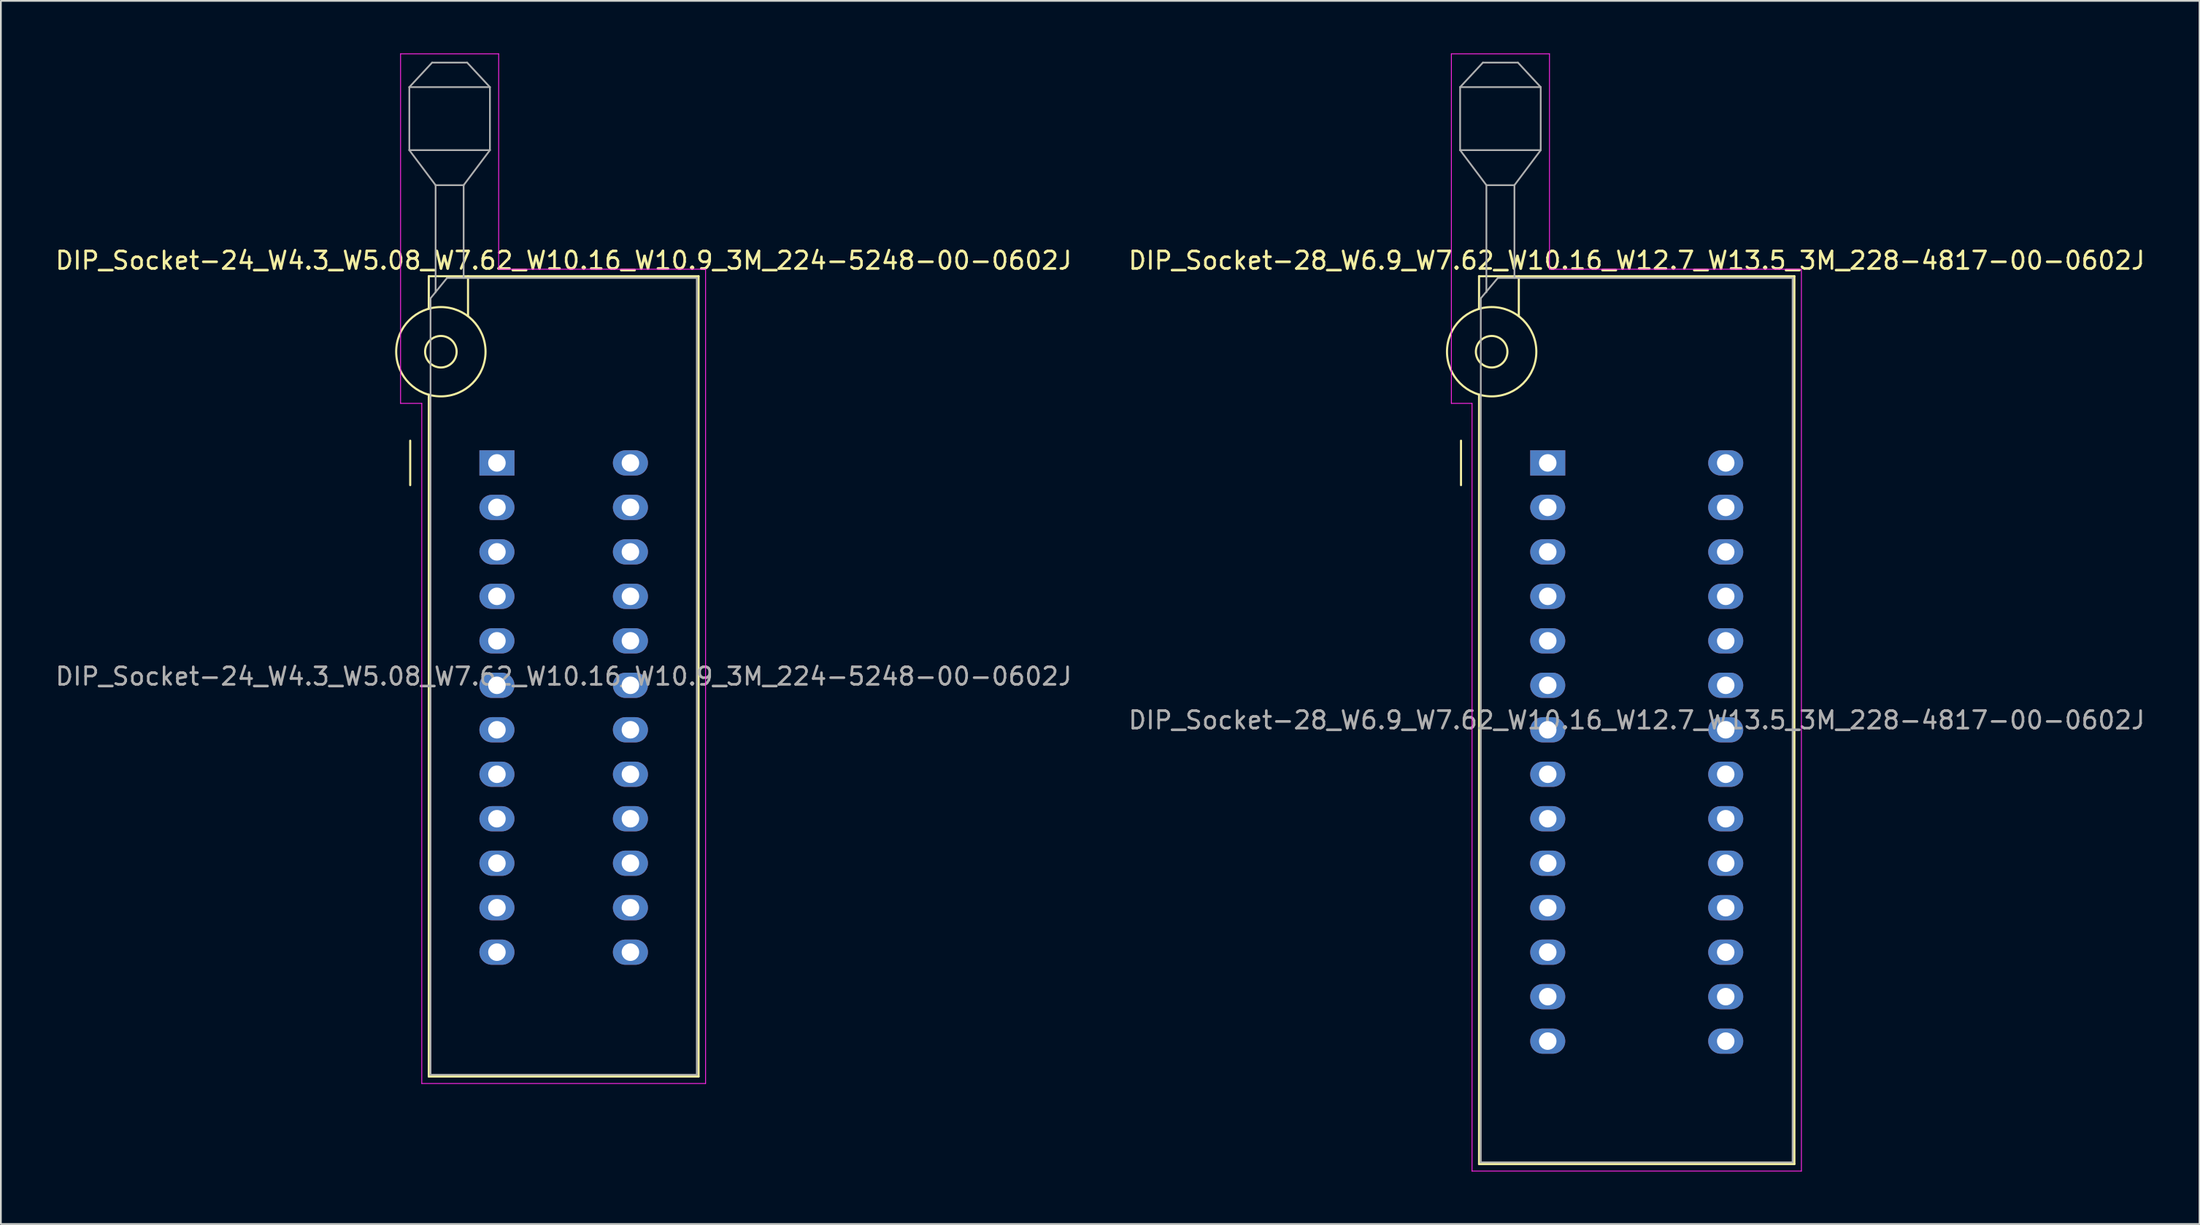
<source format=kicad_pcb>
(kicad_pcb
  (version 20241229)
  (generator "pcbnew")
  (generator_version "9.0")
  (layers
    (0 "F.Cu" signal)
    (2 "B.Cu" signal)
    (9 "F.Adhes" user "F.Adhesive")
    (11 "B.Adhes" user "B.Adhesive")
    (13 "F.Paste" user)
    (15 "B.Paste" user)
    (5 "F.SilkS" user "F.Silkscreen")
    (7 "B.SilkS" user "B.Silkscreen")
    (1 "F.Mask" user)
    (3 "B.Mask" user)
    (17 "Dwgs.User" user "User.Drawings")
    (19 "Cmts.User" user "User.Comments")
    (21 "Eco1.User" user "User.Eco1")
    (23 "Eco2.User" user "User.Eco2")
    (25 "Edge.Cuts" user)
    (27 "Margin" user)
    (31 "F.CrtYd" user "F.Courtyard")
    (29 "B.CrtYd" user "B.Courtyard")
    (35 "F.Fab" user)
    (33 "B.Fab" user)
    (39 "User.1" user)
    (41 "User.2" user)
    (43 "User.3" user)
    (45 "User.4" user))
  (footprint "DIP_Socket-24_W4.3_W5.08_W7.62_W10.16_W10.9_3M_224-5248-00-0602J"
    (layer "F.Cu")
    (at 25.315 23.385)
    (property "Reference" "DIP_Socket-24_W4.3_W5.08_W7.62_W10.16_W10.9_3M_224-5248-00-0602J" (at 3.81 -11.56 0) (layer "F.SilkS") (effects (font (size 1 1) (thickness 0.15))))
    (attr through_hole)
    (fp_line (start -4.95 1.27) (end -4.95 -1.27) (stroke (width 0.12) (type solid)) (layer "F.SilkS"))
    (fp_line (start -3.89 -10.66) (end -3.89 -8.8) (stroke (width 0.12) (type solid)) (layer "F.SilkS"))
    (fp_line (start -3.89 -3.9) (end -3.89 35.04) (stroke (width 0.12) (type solid)) (layer "F.SilkS"))
    (fp_line (start -3.89 35.04) (end 11.51 35.04) (stroke (width 0.12) (type solid)) (layer "F.SilkS"))
    (fp_line (start -1.65 -10.66) (end -1.65 -8.4) (stroke (width 0.12) (type solid)) (layer "F.SilkS"))
    (fp_line (start 11.51 -10.66) (end -3.89 -10.66) (stroke (width 0.12) (type solid)) (layer "F.SilkS"))
    (fp_line (start 11.51 35.04) (end 11.51 -10.66) (stroke (width 0.12) (type solid)) (layer "F.SilkS"))
    (fp_circle (center -3.2 -6.35) (end -2.3 -6.35) (stroke (width 0.12) (type solid)) (fill no) (layer "F.SilkS"))
    (fp_circle (center -3.2 -6.35) (end -0.65 -6.35) (stroke (width 0.12) (type solid)) (fill no) (layer "F.SilkS"))
    (fp_line (start -5.5 -23.36) (end 0.1 -23.36) (stroke (width 0.05) (type solid)) (layer "F.CrtYd"))
    (fp_line (start -5.5 -3.4) (end -5.5 -23.36) (stroke (width 0.05) (type solid)) (layer "F.CrtYd"))
    (fp_line (start -4.29 -3.4) (end -5.5 -3.4) (stroke (width 0.05) (type solid)) (layer "F.CrtYd"))
    (fp_line (start -4.29 35.44) (end -4.29 -3.4) (stroke (width 0.05) (type solid)) (layer "F.CrtYd"))
    (fp_line (start 0.1 -23.36) (end 0.1 -11.06) (stroke (width 0.05) (type solid)) (layer "F.CrtYd"))
    (fp_line (start 0.1 -11.06) (end 11.91 -11.06) (stroke (width 0.05) (type solid)) (layer "F.CrtYd"))
    (fp_line (start 11.91 -11.06) (end 11.91 35.44) (stroke (width 0.05) (type solid)) (layer "F.CrtYd"))
    (fp_line (start 11.91 35.44) (end -4.29 35.44) (stroke (width 0.05) (type solid)) (layer "F.CrtYd"))
    (fp_line (start -5 -21.46) (end -5 -17.86) (stroke (width 0.1) (type solid)) (layer "F.Fab"))
    (fp_line (start -5 -21.46) (end -3.7 -22.86) (stroke (width 0.1) (type solid)) (layer "F.Fab"))
    (fp_line (start -5 -17.86) (end -3.5 -15.86) (stroke (width 0.1) (type solid)) (layer "F.Fab"))
    (fp_line (start -5 -17.86) (end -0.4 -17.86) (stroke (width 0.1) (type solid)) (layer "F.Fab"))
    (fp_line (start -3.79 -9.4) (end -2.85 -10.56) (stroke (width 0.1) (type solid)) (layer "F.Fab"))
    (fp_line (start -3.79 34.94) (end -3.79 -9.4) (stroke (width 0.1) (type solid)) (layer "F.Fab"))
    (fp_line (start -3.7 -22.86) (end -1.7 -22.86) (stroke (width 0.1) (type solid)) (layer "F.Fab"))
    (fp_line (start -3.5 -15.86) (end -1.9 -15.86) (stroke (width 0.1) (type solid)) (layer "F.Fab"))
    (fp_line (start -3.5 -9.75) (end -3.5 -15.86) (stroke (width 0.1) (type solid)) (layer "F.Fab"))
    (fp_line (start -2.85 -10.56) (end 11.41 -10.56) (stroke (width 0.1) (type solid)) (layer "F.Fab"))
    (fp_line (start -1.9 -15.86) (end -1.9 -10.56) (stroke (width 0.1) (type solid)) (layer "F.Fab"))
    (fp_line (start -1.7 -22.86) (end -0.4 -21.46) (stroke (width 0.1) (type solid)) (layer "F.Fab"))
    (fp_line (start -0.4 -21.46) (end -5 -21.46) (stroke (width 0.1) (type solid)) (layer "F.Fab"))
    (fp_line (start -0.4 -17.86) (end -1.9 -15.86) (stroke (width 0.1) (type solid)) (layer "F.Fab"))
    (fp_line (start -0.4 -17.86) (end -0.4 -21.46) (stroke (width 0.1) (type solid)) (layer "F.Fab"))
    (fp_line (start 11.41 -10.56) (end 11.41 34.94) (stroke (width 0.1) (type solid)) (layer "F.Fab"))
    (fp_line (start 11.41 34.94) (end -3.79 34.94) (stroke (width 0.1) (type solid)) (layer "F.Fab"))
    (fp_text user "${REFERENCE}" (at 3.81 12.19 0) (layer "F.Fab") (effects (font (size 1 1) (thickness 0.15))))
    (pad "1" thru_hole rect (at 0 0) (size 2 1.44) (drill 1) (layers "*.Cu" "*.Mask"))
    (pad "2" thru_hole oval (at 0 2.54) (size 2 1.44) (drill 1) (layers "*.Cu" "*.Mask"))
    (pad "3" thru_hole oval (at 0 5.08) (size 2 1.44) (drill 1) (layers "*.Cu" "*.Mask"))
    (pad "4" thru_hole oval (at 0 7.62) (size 2 1.44) (drill 1) (layers "*.Cu" "*.Mask"))
    (pad "5" thru_hole oval (at 0 10.16) (size 2 1.44) (drill 1) (layers "*.Cu" "*.Mask"))
    (pad "6" thru_hole oval (at 0 12.7) (size 2 1.44) (drill 1) (layers "*.Cu" "*.Mask"))
    (pad "7" thru_hole oval (at 0 15.24) (size 2 1.44) (drill 1) (layers "*.Cu" "*.Mask"))
    (pad "8" thru_hole oval (at 0 17.78) (size 2 1.44) (drill 1) (layers "*.Cu" "*.Mask"))
    (pad "9" thru_hole oval (at 0 20.32) (size 2 1.44) (drill 1) (layers "*.Cu" "*.Mask"))
    (pad "10" thru_hole oval (at 0 22.86) (size 2 1.44) (drill 1) (layers "*.Cu" "*.Mask"))
    (pad "11" thru_hole oval (at 0 25.4) (size 2 1.44) (drill 1) (layers "*.Cu" "*.Mask"))
    (pad "12" thru_hole oval (at 0 27.94) (size 2 1.44) (drill 1) (layers "*.Cu" "*.Mask"))
    (pad "13" thru_hole oval (at 7.62 27.94) (size 2 1.44) (drill 1) (layers "*.Cu" "*.Mask"))
    (pad "14" thru_hole oval (at 7.62 25.4) (size 2 1.44) (drill 1) (layers "*.Cu" "*.Mask"))
    (pad "15" thru_hole oval (at 7.62 22.86) (size 2 1.44) (drill 1) (layers "*.Cu" "*.Mask"))
    (pad "16" thru_hole oval (at 7.62 20.32) (size 2 1.44) (drill 1) (layers "*.Cu" "*.Mask"))
    (pad "17" thru_hole oval (at 7.62 17.78) (size 2 1.44) (drill 1) (layers "*.Cu" "*.Mask"))
    (pad "18" thru_hole oval (at 7.62 15.24) (size 2 1.44) (drill 1) (layers "*.Cu" "*.Mask"))
    (pad "19" thru_hole oval (at 7.62 12.7) (size 2 1.44) (drill 1) (layers "*.Cu" "*.Mask"))
    (pad "20" thru_hole oval (at 7.62 10.16) (size 2 1.44) (drill 1) (layers "*.Cu" "*.Mask"))
    (pad "21" thru_hole oval (at 7.62 7.62) (size 2 1.44) (drill 1) (layers "*.Cu" "*.Mask"))
    (pad "22" thru_hole oval (at 7.62 5.08) (size 2 1.44) (drill 1) (layers "*.Cu" "*.Mask"))
    (pad "23" thru_hole oval (at 7.62 2.54) (size 2 1.44) (drill 1) (layers "*.Cu" "*.Mask"))
    (pad "24" thru_hole oval (at 7.62 0) (size 2 1.44) (drill 1) (layers "*.Cu" "*.Mask")))
  (footprint "DIP_Socket-28_W6.9_W7.62_W10.16_W12.7_W13.5_3M_228-4817-00-0602J"
    (layer "F.Cu")
    (at 85.295 23.385)
    (property "Reference" "DIP_Socket-28_W6.9_W7.62_W10.16_W12.7_W13.5_3M_228-4817-00-0602J" (at 5.08 -11.56 0) (layer "F.SilkS") (effects (font (size 1 1) (thickness 0.15))))
    (attr through_hole)
    (fp_line (start -4.95 1.27) (end -4.95 -1.27) (stroke (width 0.12) (type solid)) (layer "F.SilkS"))
    (fp_line (start -3.92 -10.66) (end -3.92 -8.8) (stroke (width 0.12) (type solid)) (layer "F.SilkS"))
    (fp_line (start -3.92 -3.9) (end -3.92 40.04) (stroke (width 0.12) (type solid)) (layer "F.SilkS"))
    (fp_line (start -3.92 40.04) (end 14.08 40.04) (stroke (width 0.12) (type solid)) (layer "F.SilkS"))
    (fp_line (start -1.65 -10.66) (end -1.65 -8.4) (stroke (width 0.12) (type solid)) (layer "F.SilkS"))
    (fp_line (start 14.08 -10.66) (end -3.92 -10.66) (stroke (width 0.12) (type solid)) (layer "F.SilkS"))
    (fp_line (start 14.08 40.04) (end 14.08 -10.66) (stroke (width 0.12) (type solid)) (layer "F.SilkS"))
    (fp_circle (center -3.2 -6.35) (end -2.3 -6.35) (stroke (width 0.12) (type solid)) (fill no) (layer "F.SilkS"))
    (fp_circle (center -3.2 -6.35) (end -0.65 -6.35) (stroke (width 0.12) (type solid)) (fill no) (layer "F.SilkS"))
    (fp_line (start -5.5 -23.36) (end 0.1 -23.36) (stroke (width 0.05) (type solid)) (layer "F.CrtYd"))
    (fp_line (start -5.5 -3.4) (end -5.5 -23.36) (stroke (width 0.05) (type solid)) (layer "F.CrtYd"))
    (fp_line (start -4.32 -3.4) (end -5.5 -3.4) (stroke (width 0.05) (type solid)) (layer "F.CrtYd"))
    (fp_line (start -4.32 40.44) (end -4.32 -3.4) (stroke (width 0.05) (type solid)) (layer "F.CrtYd"))
    (fp_line (start 0.1 -23.36) (end 0.1 -11.06) (stroke (width 0.05) (type solid)) (layer "F.CrtYd"))
    (fp_line (start 0.1 -11.06) (end 14.48 -11.06) (stroke (width 0.05) (type solid)) (layer "F.CrtYd"))
    (fp_line (start 14.48 -11.06) (end 14.48 40.44) (stroke (width 0.05) (type solid)) (layer "F.CrtYd"))
    (fp_line (start 14.48 40.44) (end -4.32 40.44) (stroke (width 0.05) (type solid)) (layer "F.CrtYd"))
    (fp_line (start -5 -21.46) (end -5 -17.86) (stroke (width 0.1) (type solid)) (layer "F.Fab"))
    (fp_line (start -5 -21.46) (end -3.7 -22.86) (stroke (width 0.1) (type solid)) (layer "F.Fab"))
    (fp_line (start -5 -17.86) (end -3.5 -15.86) (stroke (width 0.1) (type solid)) (layer "F.Fab"))
    (fp_line (start -5 -17.86) (end -0.4 -17.86) (stroke (width 0.1) (type solid)) (layer "F.Fab"))
    (fp_line (start -3.82 -9.4) (end -2.85 -10.56) (stroke (width 0.1) (type solid)) (layer "F.Fab"))
    (fp_line (start -3.82 39.94) (end -3.82 -9.4) (stroke (width 0.1) (type solid)) (layer "F.Fab"))
    (fp_line (start -3.7 -22.86) (end -1.7 -22.86) (stroke (width 0.1) (type solid)) (layer "F.Fab"))
    (fp_line (start -3.5 -15.86) (end -1.9 -15.86) (stroke (width 0.1) (type solid)) (layer "F.Fab"))
    (fp_line (start -3.5 -9.75) (end -3.5 -15.86) (stroke (width 0.1) (type solid)) (layer "F.Fab"))
    (fp_line (start -2.85 -10.56) (end 13.98 -10.56) (stroke (width 0.1) (type solid)) (layer "F.Fab"))
    (fp_line (start -1.9 -15.86) (end -1.9 -10.56) (stroke (width 0.1) (type solid)) (layer "F.Fab"))
    (fp_line (start -1.7 -22.86) (end -0.4 -21.46) (stroke (width 0.1) (type solid)) (layer "F.Fab"))
    (fp_line (start -0.4 -21.46) (end -5 -21.46) (stroke (width 0.1) (type solid)) (layer "F.Fab"))
    (fp_line (start -0.4 -17.86) (end -1.9 -15.86) (stroke (width 0.1) (type solid)) (layer "F.Fab"))
    (fp_line (start -0.4 -17.86) (end -0.4 -21.46) (stroke (width 0.1) (type solid)) (layer "F.Fab"))
    (fp_line (start 13.98 -10.56) (end 13.98 39.94) (stroke (width 0.1) (type solid)) (layer "F.Fab"))
    (fp_line (start 13.98 39.94) (end -3.82 39.94) (stroke (width 0.1) (type solid)) (layer "F.Fab"))
    (fp_text user "${REFERENCE}" (at 5.08 14.69 0) (layer "F.Fab") (effects (font (size 1 1) (thickness 0.15))))
    (pad "1" thru_hole rect (at 0 0) (size 2 1.44) (drill 1) (layers "*.Cu" "*.Mask"))
    (pad "2" thru_hole oval (at 0 2.54) (size 2 1.44) (drill 1) (layers "*.Cu" "*.Mask"))
    (pad "3" thru_hole oval (at 0 5.08) (size 2 1.44) (drill 1) (layers "*.Cu" "*.Mask"))
    (pad "4" thru_hole oval (at 0 7.62) (size 2 1.44) (drill 1) (layers "*.Cu" "*.Mask"))
    (pad "5" thru_hole oval (at 0 10.16) (size 2 1.44) (drill 1) (layers "*.Cu" "*.Mask"))
    (pad "6" thru_hole oval (at 0 12.7) (size 2 1.44) (drill 1) (layers "*.Cu" "*.Mask"))
    (pad "7" thru_hole oval (at 0 15.24) (size 2 1.44) (drill 1) (layers "*.Cu" "*.Mask"))
    (pad "8" thru_hole oval (at 0 17.78) (size 2 1.44) (drill 1) (layers "*.Cu" "*.Mask"))
    (pad "9" thru_hole oval (at 0 20.32) (size 2 1.44) (drill 1) (layers "*.Cu" "*.Mask"))
    (pad "10" thru_hole oval (at 0 22.86) (size 2 1.44) (drill 1) (layers "*.Cu" "*.Mask"))
    (pad "11" thru_hole oval (at 0 25.4) (size 2 1.44) (drill 1) (layers "*.Cu" "*.Mask"))
    (pad "12" thru_hole oval (at 0 27.94) (size 2 1.44) (drill 1) (layers "*.Cu" "*.Mask"))
    (pad "13" thru_hole oval (at 0 30.48) (size 2 1.44) (drill 1) (layers "*.Cu" "*.Mask"))
    (pad "14" thru_hole oval (at 0 33.02) (size 2 1.44) (drill 1) (layers "*.Cu" "*.Mask"))
    (pad "15" thru_hole oval (at 10.16 33.02) (size 2 1.44) (drill 1) (layers "*.Cu" "*.Mask"))
    (pad "16" thru_hole oval (at 10.16 30.48) (size 2 1.44) (drill 1) (layers "*.Cu" "*.Mask"))
    (pad "17" thru_hole oval (at 10.16 27.94) (size 2 1.44) (drill 1) (layers "*.Cu" "*.Mask"))
    (pad "18" thru_hole oval (at 10.16 25.4) (size 2 1.44) (drill 1) (layers "*.Cu" "*.Mask"))
    (pad "19" thru_hole oval (at 10.16 22.86) (size 2 1.44) (drill 1) (layers "*.Cu" "*.Mask"))
    (pad "20" thru_hole oval (at 10.16 20.32) (size 2 1.44) (drill 1) (layers "*.Cu" "*.Mask"))
    (pad "21" thru_hole oval (at 10.16 17.78) (size 2 1.44) (drill 1) (layers "*.Cu" "*.Mask"))
    (pad "22" thru_hole oval (at 10.16 15.24) (size 2 1.44) (drill 1) (layers "*.Cu" "*.Mask"))
    (pad "23" thru_hole oval (at 10.16 12.7) (size 2 1.44) (drill 1) (layers "*.Cu" "*.Mask"))
    (pad "24" thru_hole oval (at 10.16 10.16) (size 2 1.44) (drill 1) (layers "*.Cu" "*.Mask"))
    (pad "25" thru_hole oval (at 10.16 7.62) (size 2 1.44) (drill 1) (layers "*.Cu" "*.Mask"))
    (pad "26" thru_hole oval (at 10.16 5.08) (size 2 1.44) (drill 1) (layers "*.Cu" "*.Mask"))
    (pad "27" thru_hole oval (at 10.16 2.54) (size 2 1.44) (drill 1) (layers "*.Cu" "*.Mask"))
    (pad "28" thru_hole oval (at 10.16 0) (size 2 1.44) (drill 1) (layers "*.Cu" "*.Mask")))
  (gr_rect
    (start -3 -3)
    (end 122.5 66.85)
    (stroke (width 0.1) (type default))
    (fill no)
    (layer "Edge.Cuts")))
</source>
